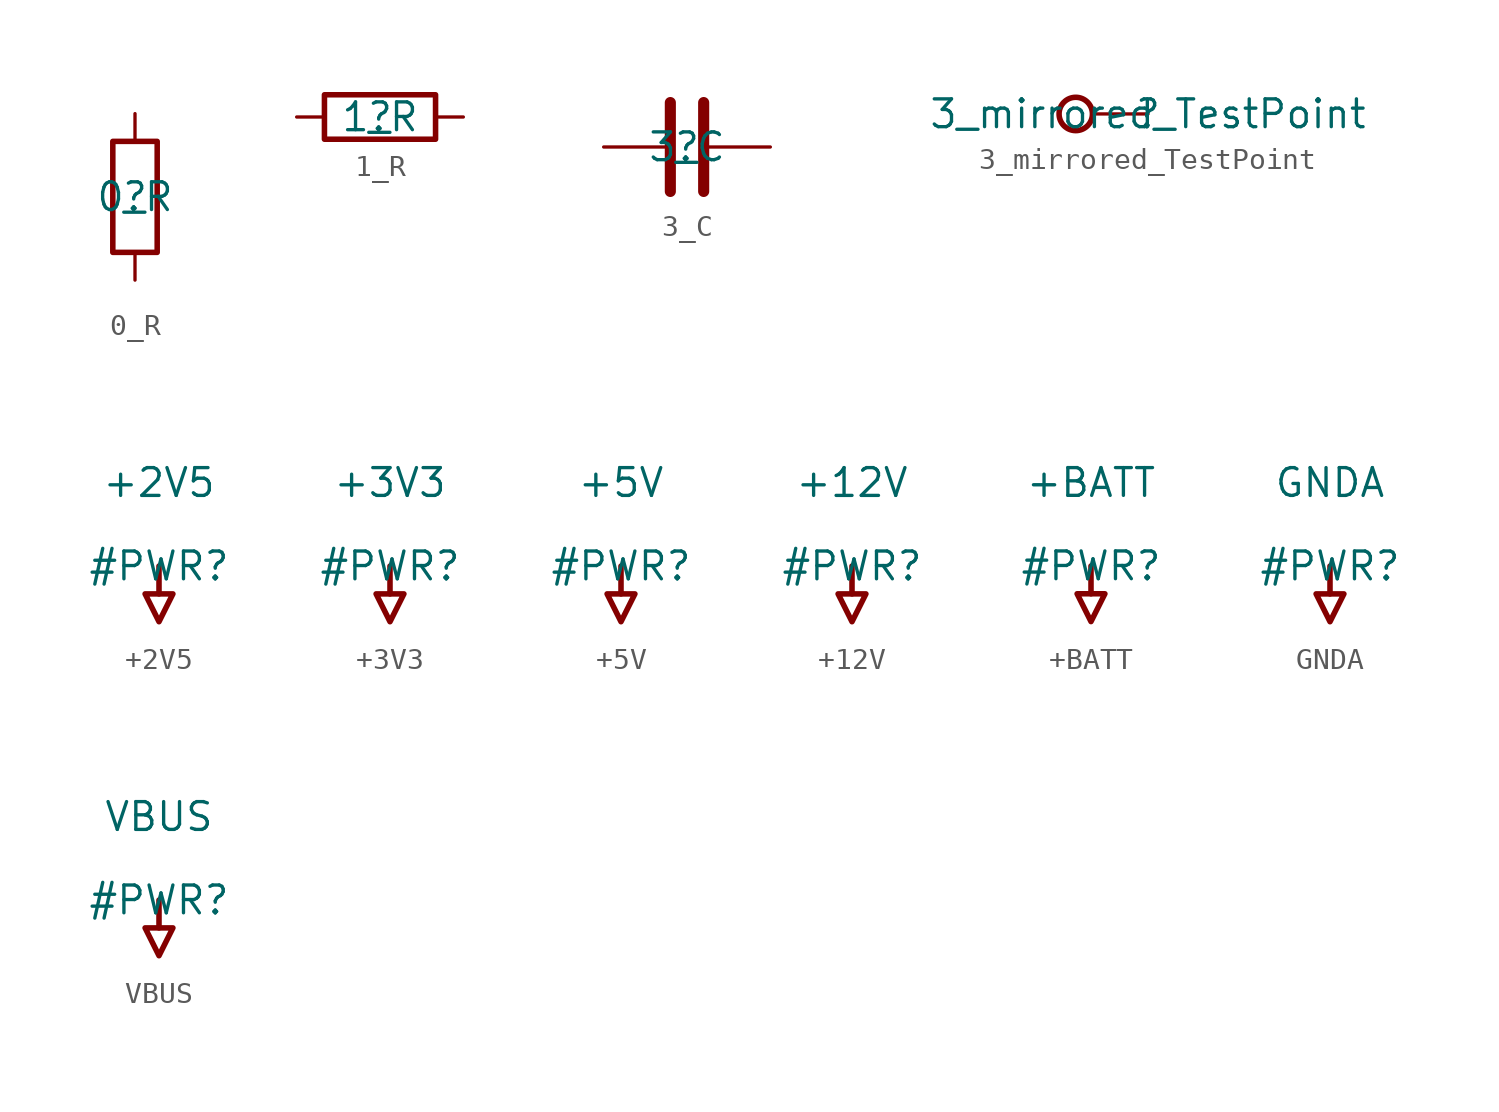
<source format=kicad_sym>
(kicad_symbol_lib
  (version 20211014)
  (generator kicad_symbol_editor)
  (symbol "0_R"
    (property "Reference" ""
      (at 0 0 0)
      (effects (font (size 1.27 1.27))))
    (property "Value" "0_R"
      (at 0 0 0)
      (effects (font (size 1.27 1.27))))
    (symbol "0_R_1_0"
      (rectangle (start 1.016 2.54) (end -1.016 -2.54) (stroke (width 0.254) (type default) (color 0 0 0 0)) (fill (type none)))
      (pin passive line (at 0 3.81 270) (length 1.27) (name "1" (effects (font (size 0 0)))) (number "1" (effects (font (size 0 0)))))
      (pin passive line (at 0 -3.81 90) (length 1.27) (name "2" (effects (font (size 0 0)))) (number "2" (effects (font (size 0 0)))))))
  (symbol "1_R"
    (property "Reference" ""
      (at 0 0 0)
      (effects (font (size 1.27 1.27))))
    (property "Value" "1_R"
      (at 0 0 0)
      (effects (font (size 1.27 1.27))))
    (symbol "1_R_1_0"
      (rectangle (start 2.54 1.016) (end -2.54 -1.016) (stroke (width 0.254) (type default) (color 0 0 0 0)) (fill (type none)))
      (pin passive line (at -3.81 0 0) (length 1.27) (name "1" (effects (font (size 0 0)))) (number "1" (effects (font (size 0 0)))))
      (pin passive line (at 3.81 0 180) (length 1.27) (name "2" (effects (font (size 0 0)))) (number "2" (effects (font (size 0 0)))))))
  (symbol "3_C"
    (property "Reference" ""
      (at 0 0 0)
      (effects (font (size 1.27 1.27))))
    (property "Value" "3_C"
      (at 0 0 0)
      (effects (font (size 1.27 1.27))))
    (symbol "3_C_1_0"
      (polyline (pts (xy -0.762 2.032) (xy -0.762 -2.032)) (stroke (width 0.508) (type default) (color 0 0 0 0)) (fill (type none)))
      (polyline (pts (xy 0.762 2.032) (xy 0.762 -2.032)) (stroke (width 0.508) (type default) (color 0 0 0 0)) (fill (type none)))
      (pin passive line (at 3.81 0 180) (length 2.794) (name "1" (effects (font (size 0 0)))) (number "1" (effects (font (size 0 0)))))
      (pin passive line (at -3.81 0 0) (length 2.794) (name "2" (effects (font (size 0 0)))) (number "2" (effects (font (size 0 0)))))))
  (symbol "3_mirrored_TestPoint"
    (property "Reference" ""
      (at 0 0 0)
      (effects (font (size 1.27 1.27))))
    (property "Value" "3_mirrored_TestPoint"
      (at 0 0 0)
      (effects (font (size 1.27 1.27))))
    (symbol "3_mirrored_TestPoint_1_0"
      (circle (center -3.302 0) (radius 0.762) (stroke (width 0.254) (type default) (color 0 0 0 0)) (fill (type none)))
      (pin passive line (at 0 0 180) (length 2.54) (name "1" (effects (font (size 0 0)))) (number "1" (effects (font (size 0 0)))))))
  (symbol "+2V5"
    (power)
    (property "Reference" "#PWR"
      (at 0 0 0)
      (effects (font (size 1.27 1.27))))
    (property "Value" "+2V5"
      (at 0 3.81 0)
      (effects (font (size 1.27 1.27))))
    (symbol "+2V5_0_0"
      (polyline (pts (xy 0 0) (xy 0 -1.27)) (stroke (width 0.254) (type default) (color 0 0 0 0)) (fill (type none)))
      (polyline (pts (xy -0.635 -1.27) (xy 0.635 -1.27) (xy 0 -2.54) (xy -0.635 -1.27)) (stroke (width 0.254) (type default) (color 0 0 0 0)) (fill (type none)))
      (pin power_in line (at 0 0 0) (length 0) hide (name "+2V5" (effects (font (size 1.27 1.27)))) (number "" (effects (font (size 1.27 1.27)))))))
  (symbol "+3V3"
    (power)
    (property "Reference" "#PWR"
      (at 0 0 0)
      (effects (font (size 1.27 1.27))))
    (property "Value" "+3V3"
      (at 0 3.81 0)
      (effects (font (size 1.27 1.27))))
    (symbol "+3V3_0_0"
      (polyline (pts (xy 0 0) (xy 0 -1.27)) (stroke (width 0.254) (type default) (color 0 0 0 0)) (fill (type none)))
      (polyline (pts (xy -0.635 -1.27) (xy 0.635 -1.27) (xy 0 -2.54) (xy -0.635 -1.27)) (stroke (width 0.254) (type default) (color 0 0 0 0)) (fill (type none)))
      (pin power_in line (at 0 0 0) (length 0) hide (name "+3V3" (effects (font (size 1.27 1.27)))) (number "" (effects (font (size 1.27 1.27)))))))
  (symbol "+5V"
    (power)
    (property "Reference" "#PWR"
      (at 0 0 0)
      (effects (font (size 1.27 1.27))))
    (property "Value" "+5V"
      (at 0 3.81 0)
      (effects (font (size 1.27 1.27))))
    (symbol "+5V_0_0"
      (polyline (pts (xy 0 0) (xy 0 -1.27)) (stroke (width 0.254) (type default) (color 0 0 0 0)) (fill (type none)))
      (polyline (pts (xy -0.635 -1.27) (xy 0.635 -1.27) (xy 0 -2.54) (xy -0.635 -1.27)) (stroke (width 0.254) (type default) (color 0 0 0 0)) (fill (type none)))
      (pin power_in line (at 0 0 0) (length 0) hide (name "+5V" (effects (font (size 1.27 1.27)))) (number "" (effects (font (size 1.27 1.27)))))))
  (symbol "+12V"
    (power)
    (property "Reference" "#PWR"
      (at 0 0 0)
      (effects (font (size 1.27 1.27))))
    (property "Value" "+12V"
      (at 0 3.81 0)
      (effects (font (size 1.27 1.27))))
    (symbol "+12V_0_0"
      (polyline (pts (xy 0 0) (xy 0 -1.27)) (stroke (width 0.254) (type default) (color 0 0 0 0)) (fill (type none)))
      (polyline (pts (xy -0.635 -1.27) (xy 0.635 -1.27) (xy 0 -2.54) (xy -0.635 -1.27)) (stroke (width 0.254) (type default) (color 0 0 0 0)) (fill (type none)))
      (pin power_in line (at 0 0 0) (length 0) hide (name "+12V" (effects (font (size 1.27 1.27)))) (number "" (effects (font (size 1.27 1.27)))))))
  (symbol "+BATT"
    (power)
    (property "Reference" "#PWR"
      (at 0 0 0)
      (effects (font (size 1.27 1.27))))
    (property "Value" "+BATT"
      (at 0 3.81 0)
      (effects (font (size 1.27 1.27))))
    (symbol "+BATT_0_0"
      (polyline (pts (xy 0 0) (xy 0 -1.27)) (stroke (width 0.254) (type default) (color 0 0 0 0)) (fill (type none)))
      (polyline (pts (xy -0.635 -1.27) (xy 0.635 -1.27) (xy 0 -2.54) (xy -0.635 -1.27)) (stroke (width 0.254) (type default) (color 0 0 0 0)) (fill (type none)))
      (pin power_in line (at 0 0 0) (length 0) hide (name "+BATT" (effects (font (size 1.27 1.27)))) (number "" (effects (font (size 1.27 1.27)))))))
  (symbol "GNDA"
    (power)
    (property "Reference" "#PWR"
      (at 0 0 0)
      (effects (font (size 1.27 1.27))))
    (property "Value" "GNDA"
      (at 0 3.81 0)
      (effects (font (size 1.27 1.27))))
    (symbol "GNDA_0_0"
      (polyline (pts (xy 0 0) (xy 0 -1.27)) (stroke (width 0.254) (type default) (color 0 0 0 0)) (fill (type none)))
      (polyline (pts (xy -0.635 -1.27) (xy 0.635 -1.27) (xy 0 -2.54) (xy -0.635 -1.27)) (stroke (width 0.254) (type default) (color 0 0 0 0)) (fill (type none)))
      (pin power_in line (at 0 0 0) (length 0) hide (name "GNDA" (effects (font (size 1.27 1.27)))) (number "" (effects (font (size 1.27 1.27)))))))
  (symbol "VBUS"
    (power)
    (property "Reference" "#PWR"
      (at 0 0 0)
      (effects (font (size 1.27 1.27))))
    (property "Value" "VBUS"
      (at 0 3.81 0)
      (effects (font (size 1.27 1.27))))
    (symbol "VBUS_0_0"
      (polyline (pts (xy 0 0) (xy 0 -1.27)) (stroke (width 0.254) (type default) (color 0 0 0 0)) (fill (type none)))
      (polyline (pts (xy -0.635 -1.27) (xy 0.635 -1.27) (xy 0 -2.54) (xy -0.635 -1.27)) (stroke (width 0.254) (type default) (color 0 0 0 0)) (fill (type none)))
      (pin power_in line (at 0 0 0) (length 0) hide (name "VBUS" (effects (font (size 1.27 1.27)))) (number "" (effects (font (size 1.27 1.27))))))))
</source>
